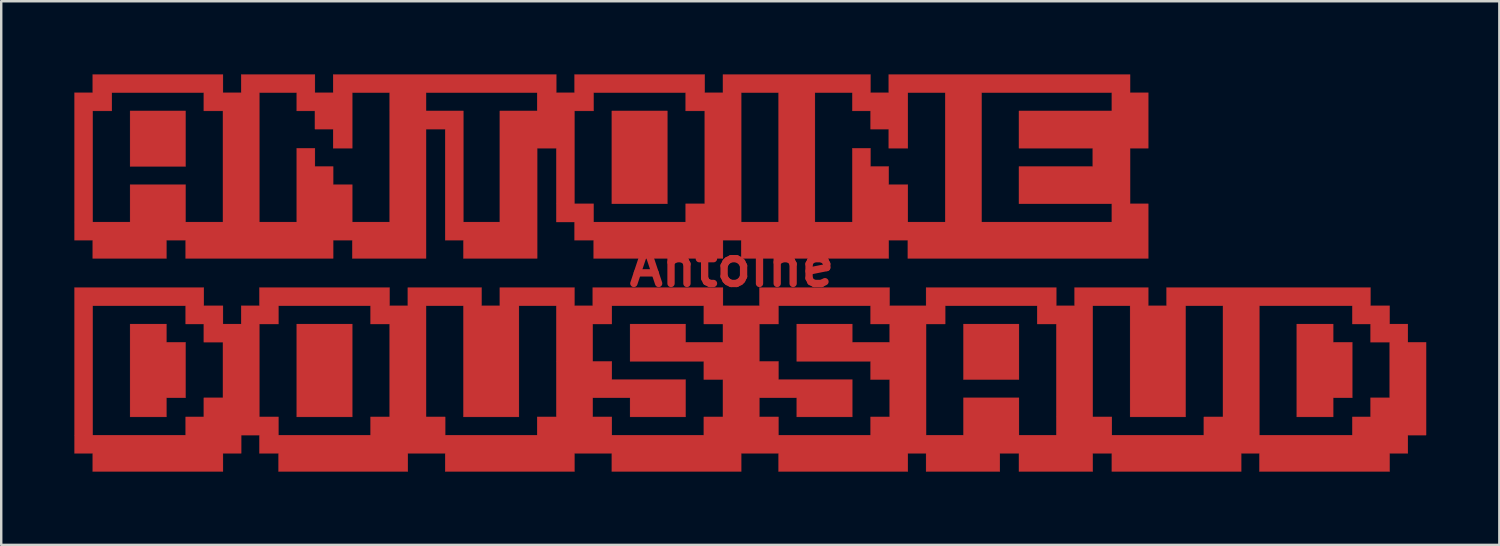
<source format=kicad_pcb>
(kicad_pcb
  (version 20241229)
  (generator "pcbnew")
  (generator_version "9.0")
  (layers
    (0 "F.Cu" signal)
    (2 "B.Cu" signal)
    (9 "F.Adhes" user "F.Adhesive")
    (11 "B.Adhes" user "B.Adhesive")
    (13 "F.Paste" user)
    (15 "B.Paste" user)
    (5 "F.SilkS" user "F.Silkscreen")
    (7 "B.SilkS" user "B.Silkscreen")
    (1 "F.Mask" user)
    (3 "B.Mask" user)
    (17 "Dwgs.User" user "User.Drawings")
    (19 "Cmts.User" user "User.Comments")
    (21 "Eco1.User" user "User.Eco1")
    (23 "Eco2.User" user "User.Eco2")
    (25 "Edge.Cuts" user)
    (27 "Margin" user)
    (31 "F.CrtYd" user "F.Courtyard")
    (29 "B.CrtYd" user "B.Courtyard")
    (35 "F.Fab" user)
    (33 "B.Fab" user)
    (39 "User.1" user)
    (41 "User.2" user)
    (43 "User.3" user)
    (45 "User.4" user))
  (footprint "Antoine"
    (layer "F.Cu")
    (at 26.974 7.886)
    (property "Reference" "Antoine" (at 0 0 0) (layer "F.Cu") (effects (font (size 1.524 1.524) (thickness 0.3))))
    (attr through_hole)
    (fp_poly (pts (xy -22.412 -4.109) (xy -24.69 -4.109) (xy -24.69 -6.387) (xy -22.412 -6.387) (xy -22.412 -4.109)) (stroke (width 0.01) (type solid)) (fill yes) (layer "F.Cu"))
    (fp_poly (pts (xy -15.576 6.163) (xy -17.855 6.163) (xy -17.855 2.353) (xy -15.576 2.353) (xy -15.576 6.163)) (stroke (width 0.01) (type solid)) (fill yes) (layer "F.Cu"))
    (fp_poly (pts (xy -2.652 -2.577) (xy -4.931 -2.577) (xy -4.931 -6.387) (xy -2.652 -6.387) (xy -2.652 -2.577)) (stroke (width 0.01) (type solid)) (fill yes) (layer "F.Cu"))
    (fp_poly (pts (xy 11.766 4.632) (xy 9.488 4.632) (xy 9.488 2.353) (xy 11.766 2.353) (xy 11.766 4.632)) (stroke (width 0.01) (type solid)) (fill yes) (layer "F.Cu"))
    (fp_poly (pts (xy -23.196 3.1) (xy -22.412 3.1) (xy -22.412 5.379) (xy -23.196 5.379) (xy -23.196 6.163) (xy -24.69 6.163) (xy -24.69 2.353) (xy -23.196 2.353) (xy -23.196 3.1)) (stroke (width 0.01) (type solid)) (fill yes) (layer "F.Cu"))
    (fp_poly (pts (xy 24.653 3.1) (xy 25.437 3.1) (xy 25.437 5.379) (xy 24.653 5.379) (xy 24.653 6.163) (xy 23.159 6.163) (xy 23.159 2.353) (xy 24.653 2.353) (xy 24.653 3.1)) (stroke (width 0.01) (type solid)) (fill yes) (layer "F.Cu"))
    (fp_poly (pts (xy -20.88 -7.134) (xy -20.133 -7.134) (xy -19.386 -7.134) (xy -19.386 -1.83) (xy -17.855 -1.83) (xy -17.855 -4.856) (xy -17.108 -4.856) (xy -17.108 -4.109) (xy -16.361 -4.109) (xy -16.361 -3.362) (xy -15.576 -3.362) (xy -15.576 -1.83) (xy -14.045 -1.83) (xy -14.045 -7.134) (xy -12.551 -7.134) (xy -12.551 -6.387) (xy -11.019 -6.387) (xy -11.019 -1.83) (xy -9.525 -1.83) (xy -9.525 -6.387) (xy -7.994 -6.387) (xy -6.462 -6.387) (xy -6.462 -2.577) (xy -5.678 -2.577) (xy -5.678 -1.83) (xy -1.905 -1.83) (xy -1.905 -2.577) (xy -1.121 -2.577) (xy -1.121 -6.387) (xy -1.905 -6.387) (xy -1.905 -7.134) (xy -5.678 -7.134) (xy -5.678 -6.387) (xy -6.462 -6.387) (xy -7.994 -6.387) (xy -7.994 -7.134) (xy -12.551 -7.134) (xy -14.045 -7.134) (xy -15.576 -7.134) (xy -15.576 -4.856) (xy -16.361 -4.856) (xy -16.361 -5.64) (xy -17.108 -5.64) (xy -17.108 -6.387) (xy -17.855 -6.387) (xy -17.855 -7.134) (xy -19.386 -7.134) (xy -20.133 -7.134) (xy -20.133 -7.881) (xy -17.108 -7.881) (xy -17.108 -7.134) (xy -16.361 -7.134) (xy -16.361 -7.881) (xy -7.209 -7.881) (xy -7.209 -7.134) (xy -6.462 -7.134) (xy -6.462 -7.881) (xy -1.121 -7.881) (xy -1.121 -7.134) (xy -0.374 -7.134) (xy 0.374 -7.134) (xy 0.374 -1.83) (xy 1.905 -1.83) (xy 1.905 -7.134) (xy 3.399 -7.134) (xy 3.399 -1.83) (xy 4.931 -1.83) (xy 4.931 -4.856) (xy 5.678 -4.856) (xy 5.678 -4.109) (xy 6.425 -4.109) (xy 6.425 -3.362) (xy 7.209 -3.362) (xy 7.209 -1.83) (xy 8.741 -1.83) (xy 8.741 -7.134) (xy 10.235 -7.134) (xy 10.235 -1.83) (xy 15.576 -1.83) (xy 15.576 -2.577) (xy 11.766 -2.577) (xy 11.766 -4.109) (xy 14.792 -4.109) (xy 14.792 -4.856) (xy 11.766 -4.856) (xy 11.766 -6.387) (xy 15.576 -6.387) (xy 15.576 -7.134) (xy 10.235 -7.134) (xy 8.741 -7.134) (xy 7.209 -7.134) (xy 7.209 -4.856) (xy 6.425 -4.856) (xy 6.425 -5.64) (xy 5.678 -5.64) (xy 5.678 -6.387) (xy 4.931 -6.387) (xy 4.931 -7.134) (xy 3.399 -7.134) (xy 1.905 -7.134) (xy 0.374 -7.134) (xy -0.374 -7.134) (xy -0.374 -7.881) (xy 5.678 -7.881) (xy 5.678 -7.134) (xy 6.425 -7.134) (xy 6.425 -7.881) (xy 16.323 -7.881) (xy 16.323 -7.134) (xy 17.07 -7.134) (xy 17.07 -4.856) (xy 16.323 -4.856) (xy 16.323 -2.577) (xy 17.07 -2.577) (xy 17.07 -0.336) (xy 7.209 -0.336) (xy 7.209 -1.083) (xy 6.425 -1.083) (xy 6.425 -0.336) (xy 0.374 -0.336) (xy 0.374 -1.083) (xy -0.374 -1.083) (xy -0.374 -0.336) (xy -5.678 -0.336) (xy -5.678 -1.083) (xy -6.462 -1.083) (xy -6.462 -1.83) (xy -7.209 -1.83) (xy -7.209 -4.856) (xy -7.994 -4.856) (xy -7.994 -0.336) (xy -11.019 -0.336) (xy -11.019 -1.083) (xy -11.766 -1.083) (xy -11.766 -5.64) (xy -12.551 -5.64) (xy -12.551 -0.336) (xy -15.576 -0.336) (xy -15.576 -1.083) (xy -16.361 -1.083) (xy -16.361 -0.336) (xy -22.412 -0.336) (xy -22.412 -1.083) (xy -23.196 -1.083) (xy -23.196 -0.336) (xy -26.222 -0.336) (xy -26.222 -1.083) (xy -26.969 -1.083) (xy -26.969 -6.387) (xy -26.222 -6.387) (xy -26.222 -1.83) (xy -24.69 -1.83) (xy -24.69 -3.362) (xy -22.412 -3.362) (xy -22.412 -1.83) (xy -20.88 -1.83) (xy -20.88 -6.387) (xy -21.665 -6.387) (xy -21.665 -7.134) (xy -25.437 -7.134) (xy -25.437 -6.387) (xy -26.222 -6.387) (xy -26.969 -6.387) (xy -26.969 -7.134) (xy -26.222 -7.134) (xy -26.222 -7.881) (xy -20.88 -7.881) (xy -20.88 -7.134)) (stroke (width 0.01) (type solid)) (fill yes) (layer "F.Cu"))
    (fp_poly (pts (xy -21.665 1.606) (xy -20.88 1.606) (xy -20.88 2.353) (xy -20.133 2.353) (xy -19.386 2.353) (xy -19.386 6.163) (xy -18.602 6.163) (xy -18.602 6.91) (xy -14.829 6.91) (xy -14.829 6.163) (xy -14.045 6.163) (xy -14.045 2.353) (xy -14.829 2.353) (xy -14.829 1.606) (xy -18.602 1.606) (xy -18.602 2.353) (xy -19.386 2.353) (xy -20.133 2.353) (xy -20.133 1.606) (xy -19.386 1.606) (xy -19.386 0.859) (xy -14.045 0.859) (xy -14.045 1.606) (xy -13.298 1.606) (xy -12.551 1.606) (xy -12.551 6.163) (xy -11.766 6.163) (xy -11.766 6.91) (xy -7.994 6.91) (xy -7.994 6.163) (xy -7.209 6.163) (xy -7.209 2.353) (xy -5.715 2.353) (xy -5.715 3.885) (xy -4.931 3.885) (xy -4.931 4.632) (xy -1.905 4.632) (xy -1.905 6.163) (xy -4.184 6.163) (xy -4.184 5.379) (xy -5.715 5.379) (xy -5.715 6.163) (xy -4.931 6.163) (xy -4.931 6.91) (xy -1.158 6.91) (xy -1.158 6.163) (xy -0.374 6.163) (xy -0.374 4.632) (xy -1.158 4.632) (xy -1.158 3.885) (xy -4.184 3.885) (xy -4.184 2.353) (xy -1.905 2.353) (xy -1.905 3.1) (xy -0.374 3.1) (xy -0.374 2.353) (xy 1.121 2.353) (xy 1.121 3.885) (xy 1.905 3.885) (xy 1.905 4.632) (xy 4.931 4.632) (xy 4.931 6.163) (xy 2.652 6.163) (xy 2.652 5.379) (xy 1.121 5.379) (xy 1.121 6.163) (xy 1.905 6.163) (xy 1.905 6.91) (xy 5.678 6.91) (xy 5.678 6.163) (xy 6.462 6.163) (xy 6.462 4.632) (xy 5.678 4.632) (xy 5.678 3.885) (xy 2.652 3.885) (xy 2.652 2.353) (xy 4.931 2.353) (xy 4.931 3.1) (xy 6.462 3.1) (xy 6.462 2.353) (xy 7.956 2.353) (xy 7.956 6.91) (xy 9.488 6.91) (xy 9.488 5.379) (xy 11.766 5.379) (xy 11.766 6.91) (xy 13.298 6.91) (xy 13.298 2.353) (xy 12.513 2.353) (xy 12.513 1.606) (xy 8.741 1.606) (xy 8.741 2.353) (xy 7.956 2.353) (xy 6.462 2.353) (xy 5.678 2.353) (xy 5.678 1.606) (xy 1.905 1.606) (xy 1.905 2.353) (xy 1.121 2.353) (xy -0.374 2.353) (xy -1.158 2.353) (xy -1.158 1.606) (xy -4.931 1.606) (xy -4.931 2.353) (xy -5.715 2.353) (xy -7.209 2.353) (xy -7.209 1.606) (xy -8.741 1.606) (xy -8.741 6.163) (xy -11.019 6.163) (xy -11.019 1.606) (xy -12.551 1.606) (xy -13.298 1.606) (xy -13.298 0.859) (xy -10.272 0.859) (xy -10.272 1.606) (xy -9.525 1.606) (xy -9.525 0.859) (xy -6.462 0.859) (xy -6.462 1.606) (xy -5.715 1.606) (xy -5.715 0.859) (xy -0.374 0.859) (xy -0.374 1.606) (xy 1.121 1.606) (xy 1.121 0.859) (xy 6.462 0.859) (xy 6.462 1.606) (xy 7.956 1.606) (xy 7.956 0.859) (xy 13.298 0.859) (xy 13.298 1.606) (xy 14.045 1.606) (xy 14.792 1.606) (xy 14.792 6.163) (xy 15.576 6.163) (xy 15.576 6.91) (xy 19.349 6.91) (xy 19.349 6.163) (xy 20.133 6.163) (xy 20.133 1.606) (xy 21.627 1.606) (xy 21.627 6.91) (xy 25.437 6.91) (xy 25.437 6.163) (xy 26.184 6.163) (xy 26.184 5.379) (xy 26.969 5.379) (xy 26.969 3.1) (xy 26.184 3.1) (xy 26.184 2.353) (xy 25.437 2.353) (xy 25.437 1.606) (xy 21.627 1.606) (xy 20.133 1.606) (xy 18.602 1.606) (xy 18.602 6.163) (xy 16.323 6.163) (xy 16.323 1.606) (xy 14.792 1.606) (xy 14.045 1.606) (xy 14.045 0.859) (xy 17.07 0.859) (xy 17.07 1.606) (xy 17.817 1.606) (xy 17.817 0.859) (xy 26.184 0.859) (xy 26.184 1.606) (xy 26.969 1.606) (xy 26.969 2.353) (xy 27.716 2.353) (xy 27.716 3.1) (xy 28.463 3.1) (xy 28.463 6.91) (xy 27.716 6.91) (xy 27.716 7.657) (xy 26.969 7.657) (xy 26.969 8.404) (xy 21.627 8.404) (xy 21.627 7.657) (xy 20.88 7.657) (xy 20.88 8.404) (xy 15.576 8.404) (xy 15.576 7.657) (xy 14.792 7.657) (xy 14.792 8.404) (xy 11.766 8.404) (xy 11.766 7.657) (xy 10.982 7.657) (xy 10.982 8.404) (xy 7.956 8.404) (xy 7.956 7.657) (xy 7.209 7.657) (xy 7.209 8.404) (xy 1.905 8.404) (xy 1.905 7.657) (xy 0.374 7.657) (xy 0.374 8.404) (xy -4.931 8.404) (xy -4.931 7.657) (xy -6.462 7.657) (xy -6.462 8.404) (xy -11.766 8.404) (xy -11.766 7.657) (xy -13.298 7.657) (xy -13.298 8.404) (xy -18.602 8.404) (xy -18.602 7.657) (xy -19.386 7.657) (xy -19.386 6.91) (xy -20.133 6.91) (xy -20.133 7.657) (xy -20.88 7.657) (xy -20.88 8.404) (xy -26.222 8.404) (xy -26.222 7.657) (xy -26.969 7.657) (xy -26.969 1.606) (xy -26.222 1.606) (xy -26.222 6.91) (xy -22.412 6.91) (xy -22.412 6.163) (xy -21.665 6.163) (xy -21.665 5.379) (xy -20.88 5.379) (xy -20.88 3.1) (xy -21.665 3.1) (xy -21.665 2.353) (xy -22.412 2.353) (xy -22.412 1.606) (xy -26.222 1.606) (xy -26.969 1.606) (xy -26.969 0.859) (xy -21.665 0.859) (xy -21.665 1.606)) (stroke (width 0.01) (type solid)) (fill yes) (layer "F.Cu"))
    (fp_poly (pts (xy -22.412 -4.109) (xy -24.69 -4.109) (xy -24.69 -6.387) (xy -22.412 -6.387) (xy -22.412 -4.109)) (stroke (width 0.01) (type solid)) (fill yes) (layer "F.Mask"))
    (fp_poly (pts (xy -15.576 6.163) (xy -17.855 6.163) (xy -17.855 2.353) (xy -15.576 2.353) (xy -15.576 6.163)) (stroke (width 0.01) (type solid)) (fill yes) (layer "F.Mask"))
    (fp_poly (pts (xy -2.652 -2.577) (xy -4.931 -2.577) (xy -4.931 -6.387) (xy -2.652 -6.387) (xy -2.652 -2.577)) (stroke (width 0.01) (type solid)) (fill yes) (layer "F.Mask"))
    (fp_poly (pts (xy 11.766 4.632) (xy 9.488 4.632) (xy 9.488 2.353) (xy 11.766 2.353) (xy 11.766 4.632)) (stroke (width 0.01) (type solid)) (fill yes) (layer "F.Mask"))
    (fp_poly (pts (xy -23.196 3.1) (xy -22.412 3.1) (xy -22.412 5.379) (xy -23.196 5.379) (xy -23.196 6.163) (xy -24.69 6.163) (xy -24.69 2.353) (xy -23.196 2.353) (xy -23.196 3.1)) (stroke (width 0.01) (type solid)) (fill yes) (layer "F.Mask"))
    (fp_poly (pts (xy 24.653 3.1) (xy 25.437 3.1) (xy 25.437 5.379) (xy 24.653 5.379) (xy 24.653 6.163) (xy 23.159 6.163) (xy 23.159 2.353) (xy 24.653 2.353) (xy 24.653 3.1)) (stroke (width 0.01) (type solid)) (fill yes) (layer "F.Mask"))
    (fp_poly (pts (xy -20.88 -7.134) (xy -20.133 -7.134) (xy -19.386 -7.134) (xy -19.386 -1.83) (xy -17.855 -1.83) (xy -17.855 -4.856) (xy -17.108 -4.856) (xy -17.108 -4.109) (xy -16.361 -4.109) (xy -16.361 -3.362) (xy -15.576 -3.362) (xy -15.576 -1.83) (xy -14.045 -1.83) (xy -14.045 -7.134) (xy -12.551 -7.134) (xy -12.551 -6.387) (xy -11.019 -6.387) (xy -11.019 -1.83) (xy -9.525 -1.83) (xy -9.525 -6.387) (xy -7.994 -6.387) (xy -6.462 -6.387) (xy -6.462 -2.577) (xy -5.678 -2.577) (xy -5.678 -1.83) (xy -1.905 -1.83) (xy -1.905 -2.577) (xy -1.121 -2.577) (xy -1.121 -6.387) (xy -1.905 -6.387) (xy -1.905 -7.134) (xy -5.678 -7.134) (xy -5.678 -6.387) (xy -6.462 -6.387) (xy -7.994 -6.387) (xy -7.994 -7.134) (xy -12.551 -7.134) (xy -14.045 -7.134) (xy -15.576 -7.134) (xy -15.576 -4.856) (xy -16.361 -4.856) (xy -16.361 -5.64) (xy -17.108 -5.64) (xy -17.108 -6.387) (xy -17.855 -6.387) (xy -17.855 -7.134) (xy -19.386 -7.134) (xy -20.133 -7.134) (xy -20.133 -7.881) (xy -17.108 -7.881) (xy -17.108 -7.134) (xy -16.361 -7.134) (xy -16.361 -7.881) (xy -7.209 -7.881) (xy -7.209 -7.134) (xy -6.462 -7.134) (xy -6.462 -7.881) (xy -1.121 -7.881) (xy -1.121 -7.134) (xy -0.374 -7.134) (xy 0.374 -7.134) (xy 0.374 -1.83) (xy 1.905 -1.83) (xy 1.905 -7.134) (xy 3.399 -7.134) (xy 3.399 -1.83) (xy 4.931 -1.83) (xy 4.931 -4.856) (xy 5.678 -4.856) (xy 5.678 -4.109) (xy 6.425 -4.109) (xy 6.425 -3.362) (xy 7.209 -3.362) (xy 7.209 -1.83) (xy 8.741 -1.83) (xy 8.741 -7.134) (xy 10.235 -7.134) (xy 10.235 -1.83) (xy 15.576 -1.83) (xy 15.576 -2.577) (xy 11.766 -2.577) (xy 11.766 -4.109) (xy 14.792 -4.109) (xy 14.792 -4.856) (xy 11.766 -4.856) (xy 11.766 -6.387) (xy 15.576 -6.387) (xy 15.576 -7.134) (xy 10.235 -7.134) (xy 8.741 -7.134) (xy 7.209 -7.134) (xy 7.209 -4.856) (xy 6.425 -4.856) (xy 6.425 -5.64) (xy 5.678 -5.64) (xy 5.678 -6.387) (xy 4.931 -6.387) (xy 4.931 -7.134) (xy 3.399 -7.134) (xy 1.905 -7.134) (xy 0.374 -7.134) (xy -0.374 -7.134) (xy -0.374 -7.881) (xy 5.678 -7.881) (xy 5.678 -7.134) (xy 6.425 -7.134) (xy 6.425 -7.881) (xy 16.323 -7.881) (xy 16.323 -7.134) (xy 17.07 -7.134) (xy 17.07 -4.856) (xy 16.323 -4.856) (xy 16.323 -2.577) (xy 17.07 -2.577) (xy 17.07 -0.336) (xy 7.209 -0.336) (xy 7.209 -1.083) (xy 6.425 -1.083) (xy 6.425 -0.336) (xy 0.374 -0.336) (xy 0.374 -1.083) (xy -0.374 -1.083) (xy -0.374 -0.336) (xy -5.678 -0.336) (xy -5.678 -1.083) (xy -6.462 -1.083) (xy -6.462 -1.83) (xy -7.209 -1.83) (xy -7.209 -4.856) (xy -7.994 -4.856) (xy -7.994 -0.336) (xy -11.019 -0.336) (xy -11.019 -1.083) (xy -11.766 -1.083) (xy -11.766 -5.64) (xy -12.551 -5.64) (xy -12.551 -0.336) (xy -15.576 -0.336) (xy -15.576 -1.083) (xy -16.361 -1.083) (xy -16.361 -0.336) (xy -22.412 -0.336) (xy -22.412 -1.083) (xy -23.196 -1.083) (xy -23.196 -0.336) (xy -26.222 -0.336) (xy -26.222 -1.083) (xy -26.969 -1.083) (xy -26.969 -6.387) (xy -26.222 -6.387) (xy -26.222 -1.83) (xy -24.69 -1.83) (xy -24.69 -3.362) (xy -22.412 -3.362) (xy -22.412 -1.83) (xy -20.88 -1.83) (xy -20.88 -6.387) (xy -21.665 -6.387) (xy -21.665 -7.134) (xy -25.437 -7.134) (xy -25.437 -6.387) (xy -26.222 -6.387) (xy -26.969 -6.387) (xy -26.969 -7.134) (xy -26.222 -7.134) (xy -26.222 -7.881) (xy -20.88 -7.881) (xy -20.88 -7.134)) (stroke (width 0.01) (type solid)) (fill yes) (layer "F.Mask"))
    (fp_poly (pts (xy -21.665 1.606) (xy -20.88 1.606) (xy -20.88 2.353) (xy -20.133 2.353) (xy -19.386 2.353) (xy -19.386 6.163) (xy -18.602 6.163) (xy -18.602 6.91) (xy -14.829 6.91) (xy -14.829 6.163) (xy -14.045 6.163) (xy -14.045 2.353) (xy -14.829 2.353) (xy -14.829 1.606) (xy -18.602 1.606) (xy -18.602 2.353) (xy -19.386 2.353) (xy -20.133 2.353) (xy -20.133 1.606) (xy -19.386 1.606) (xy -19.386 0.859) (xy -14.045 0.859) (xy -14.045 1.606) (xy -13.298 1.606) (xy -12.551 1.606) (xy -12.551 6.163) (xy -11.766 6.163) (xy -11.766 6.91) (xy -7.994 6.91) (xy -7.994 6.163) (xy -7.209 6.163) (xy -7.209 2.353) (xy -5.715 2.353) (xy -5.715 3.885) (xy -4.931 3.885) (xy -4.931 4.632) (xy -1.905 4.632) (xy -1.905 6.163) (xy -4.184 6.163) (xy -4.184 5.379) (xy -5.715 5.379) (xy -5.715 6.163) (xy -4.931 6.163) (xy -4.931 6.91) (xy -1.158 6.91) (xy -1.158 6.163) (xy -0.374 6.163) (xy -0.374 4.632) (xy -1.158 4.632) (xy -1.158 3.885) (xy -4.184 3.885) (xy -4.184 2.353) (xy -1.905 2.353) (xy -1.905 3.1) (xy -0.374 3.1) (xy -0.374 2.353) (xy 1.121 2.353) (xy 1.121 3.885) (xy 1.905 3.885) (xy 1.905 4.632) (xy 4.931 4.632) (xy 4.931 6.163) (xy 2.652 6.163) (xy 2.652 5.379) (xy 1.121 5.379) (xy 1.121 6.163) (xy 1.905 6.163) (xy 1.905 6.91) (xy 5.678 6.91) (xy 5.678 6.163) (xy 6.462 6.163) (xy 6.462 4.632) (xy 5.678 4.632) (xy 5.678 3.885) (xy 2.652 3.885) (xy 2.652 2.353) (xy 4.931 2.353) (xy 4.931 3.1) (xy 6.462 3.1) (xy 6.462 2.353) (xy 7.956 2.353) (xy 7.956 6.91) (xy 9.488 6.91) (xy 9.488 5.379) (xy 11.766 5.379) (xy 11.766 6.91) (xy 13.298 6.91) (xy 13.298 2.353) (xy 12.513 2.353) (xy 12.513 1.606) (xy 8.741 1.606) (xy 8.741 2.353) (xy 7.956 2.353) (xy 6.462 2.353) (xy 5.678 2.353) (xy 5.678 1.606) (xy 1.905 1.606) (xy 1.905 2.353) (xy 1.121 2.353) (xy -0.374 2.353) (xy -1.158 2.353) (xy -1.158 1.606) (xy -4.931 1.606) (xy -4.931 2.353) (xy -5.715 2.353) (xy -7.209 2.353) (xy -7.209 1.606) (xy -8.741 1.606) (xy -8.741 6.163) (xy -11.019 6.163) (xy -11.019 1.606) (xy -12.551 1.606) (xy -13.298 1.606) (xy -13.298 0.859) (xy -10.272 0.859) (xy -10.272 1.606) (xy -9.525 1.606) (xy -9.525 0.859) (xy -6.462 0.859) (xy -6.462 1.606) (xy -5.715 1.606) (xy -5.715 0.859) (xy -0.374 0.859) (xy -0.374 1.606) (xy 1.121 1.606) (xy 1.121 0.859) (xy 6.462 0.859) (xy 6.462 1.606) (xy 7.956 1.606) (xy 7.956 0.859) (xy 13.298 0.859) (xy 13.298 1.606) (xy 14.045 1.606) (xy 14.792 1.606) (xy 14.792 6.163) (xy 15.576 6.163) (xy 15.576 6.91) (xy 19.349 6.91) (xy 19.349 6.163) (xy 20.133 6.163) (xy 20.133 1.606) (xy 21.627 1.606) (xy 21.627 6.91) (xy 25.437 6.91) (xy 25.437 6.163) (xy 26.184 6.163) (xy 26.184 5.379) (xy 26.969 5.379) (xy 26.969 3.1) (xy 26.184 3.1) (xy 26.184 2.353) (xy 25.437 2.353) (xy 25.437 1.606) (xy 21.627 1.606) (xy 20.133 1.606) (xy 18.602 1.606) (xy 18.602 6.163) (xy 16.323 6.163) (xy 16.323 1.606) (xy 14.792 1.606) (xy 14.045 1.606) (xy 14.045 0.859) (xy 17.07 0.859) (xy 17.07 1.606) (xy 17.817 1.606) (xy 17.817 0.859) (xy 26.184 0.859) (xy 26.184 1.606) (xy 26.969 1.606) (xy 26.969 2.353) (xy 27.716 2.353) (xy 27.716 3.1) (xy 28.463 3.1) (xy 28.463 6.91) (xy 27.716 6.91) (xy 27.716 7.657) (xy 26.969 7.657) (xy 26.969 8.404) (xy 21.627 8.404) (xy 21.627 7.657) (xy 20.88 7.657) (xy 20.88 8.404) (xy 15.576 8.404) (xy 15.576 7.657) (xy 14.792 7.657) (xy 14.792 8.404) (xy 11.766 8.404) (xy 11.766 7.657) (xy 10.982 7.657) (xy 10.982 8.404) (xy 7.956 8.404) (xy 7.956 7.657) (xy 7.209 7.657) (xy 7.209 8.404) (xy 1.905 8.404) (xy 1.905 7.657) (xy 0.374 7.657) (xy 0.374 8.404) (xy -4.931 8.404) (xy -4.931 7.657) (xy -6.462 7.657) (xy -6.462 8.404) (xy -11.766 8.404) (xy -11.766 7.657) (xy -13.298 7.657) (xy -13.298 8.404) (xy -18.602 8.404) (xy -18.602 7.657) (xy -19.386 7.657) (xy -19.386 6.91) (xy -20.133 6.91) (xy -20.133 7.657) (xy -20.88 7.657) (xy -20.88 8.404) (xy -26.222 8.404) (xy -26.222 7.657) (xy -26.969 7.657) (xy -26.969 1.606) (xy -26.222 1.606) (xy -26.222 6.91) (xy -22.412 6.91) (xy -22.412 6.163) (xy -21.665 6.163) (xy -21.665 5.379) (xy -20.88 5.379) (xy -20.88 3.1) (xy -21.665 3.1) (xy -21.665 2.353) (xy -22.412 2.353) (xy -22.412 1.606) (xy -26.222 1.606) (xy -26.969 1.606) (xy -26.969 0.859) (xy -21.665 0.859) (xy -21.665 1.606)) (stroke (width 0.01) (type solid)) (fill yes) (layer "F.Mask")))
  (gr_rect
    (start -3 -3)
    (end 58.442 19.296)
    (stroke (width 0.1) (type default))
    (fill no)
    (layer "Edge.Cuts")))
</source>
